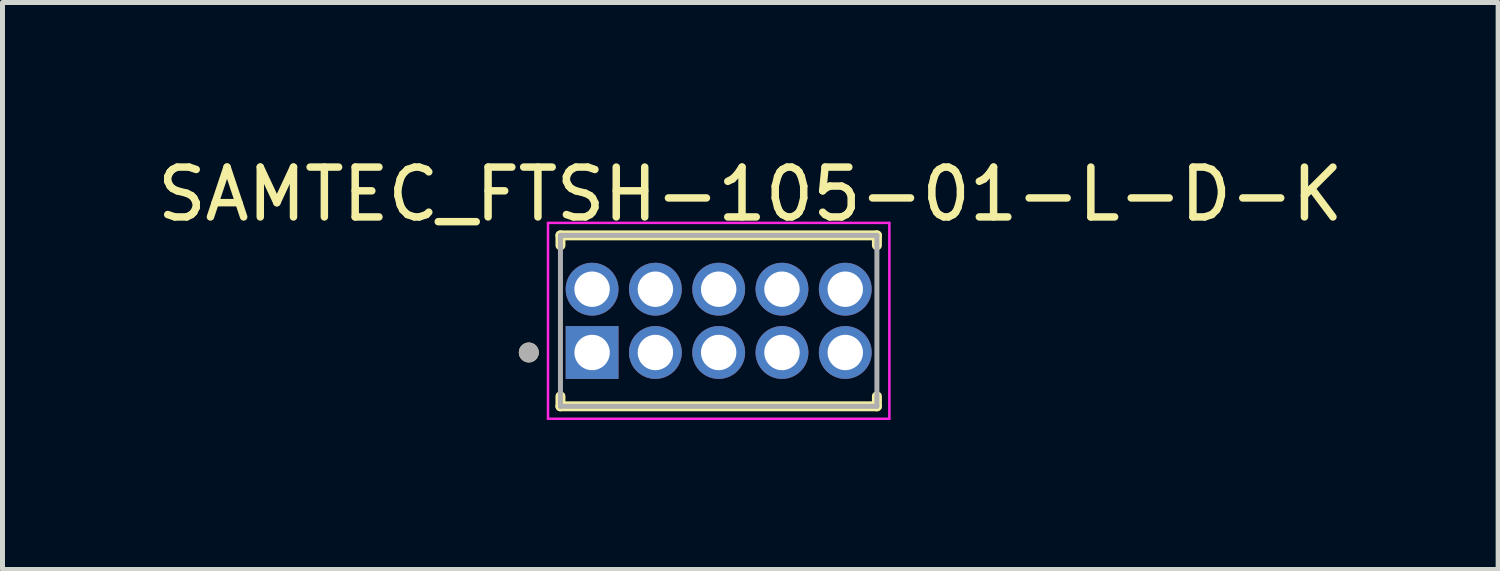
<source format=kicad_pcb>
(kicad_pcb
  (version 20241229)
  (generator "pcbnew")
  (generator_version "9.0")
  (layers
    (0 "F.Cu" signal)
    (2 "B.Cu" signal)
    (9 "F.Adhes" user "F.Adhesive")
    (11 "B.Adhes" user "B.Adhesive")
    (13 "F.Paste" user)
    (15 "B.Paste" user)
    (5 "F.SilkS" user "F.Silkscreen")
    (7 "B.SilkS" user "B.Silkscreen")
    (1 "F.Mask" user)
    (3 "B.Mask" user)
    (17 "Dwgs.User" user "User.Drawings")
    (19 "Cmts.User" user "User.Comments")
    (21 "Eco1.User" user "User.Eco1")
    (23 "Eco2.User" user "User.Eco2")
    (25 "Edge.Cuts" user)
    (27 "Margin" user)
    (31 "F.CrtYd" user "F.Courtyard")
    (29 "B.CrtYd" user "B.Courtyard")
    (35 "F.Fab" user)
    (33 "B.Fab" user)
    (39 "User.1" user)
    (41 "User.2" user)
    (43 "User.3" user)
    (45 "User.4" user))
  (footprint "SAMTEC_FTSH-105-01-L-D-K"
    (layer "F.Cu")
    (at 11.371 3.388)
    (property "Reference" "SAMTEC_FTSH-105-01-L-D-K" (at 0.635 -2.54 0) (layer "F.SilkS") (effects (font (size 1 1) (thickness 0.15))))
    (attr through_hole)
    (fp_line (start -3.175 -1.715) (end -3.175 -1.515) (stroke (width 0.2) (type solid)) (layer "F.SilkS"))
    (fp_line (start -3.175 -1.715) (end 3.175 -1.715) (stroke (width 0.2) (type solid)) (layer "F.SilkS"))
    (fp_line (start -3.175 1.715) (end -3.175 1.515) (stroke (width 0.2) (type solid)) (layer "F.SilkS"))
    (fp_line (start -3.175 1.715) (end 3.175 1.715) (stroke (width 0.2) (type solid)) (layer "F.SilkS"))
    (fp_line (start 3.175 -1.715) (end 3.175 -1.515) (stroke (width 0.2) (type solid)) (layer "F.SilkS"))
    (fp_line (start 3.175 1.715) (end 3.175 1.515) (stroke (width 0.2) (type solid)) (layer "F.SilkS"))
    (fp_circle (center -3.81 0.635) (end -3.71 0.635) (stroke (width 0.2) (type solid)) (fill no) (layer "F.SilkS"))
    (fp_line (start -3.425 -1.965) (end -3.425 1.965) (stroke (width 0.05) (type solid)) (layer "F.CrtYd"))
    (fp_line (start -3.425 -1.965) (end 3.425 -1.965) (stroke (width 0.05) (type solid)) (layer "F.CrtYd"))
    (fp_line (start 3.425 -1.965) (end 3.425 1.965) (stroke (width 0.05) (type solid)) (layer "F.CrtYd"))
    (fp_line (start 3.425 1.965) (end -3.425 1.965) (stroke (width 0.05) (type solid)) (layer "F.CrtYd"))
    (fp_line (start -3.175 -1.715) (end -3.175 1.715) (stroke (width 0.1) (type solid)) (layer "F.Fab"))
    (fp_line (start -3.175 -1.715) (end 3.175 -1.715) (stroke (width 0.1) (type solid)) (layer "F.Fab"))
    (fp_line (start -3.175 1.715) (end 3.175 1.715) (stroke (width 0.1) (type solid)) (layer "F.Fab"))
    (fp_line (start 3.175 -1.715) (end 3.175 1.715) (stroke (width 0.1) (type solid)) (layer "F.Fab"))
    (fp_circle (center -3.81 0.635) (end -3.71 0.635) (stroke (width 0.2) (type solid)) (fill no) (layer "F.Fab"))
    (pad "1" thru_hole rect (at -2.54 0.635) (size 1.06 1.06) (drill 0.71) (layers "*.Cu" "*.Mask"))
    (pad "2" thru_hole circle (at -2.54 -0.635) (size 1.06 1.06) (drill 0.71) (layers "*.Cu" "*.Mask"))
    (pad "3" thru_hole circle (at -1.27 0.635) (size 1.06 1.06) (drill 0.71) (layers "*.Cu" "*.Mask"))
    (pad "4" thru_hole circle (at -1.27 -0.635) (size 1.06 1.06) (drill 0.71) (layers "*.Cu" "*.Mask"))
    (pad "5" thru_hole circle (at 0 0.635) (size 1.06 1.06) (drill 0.71) (layers "*.Cu" "*.Mask"))
    (pad "6" thru_hole circle (at 0 -0.635) (size 1.06 1.06) (drill 0.71) (layers "*.Cu" "*.Mask"))
    (pad "7" thru_hole circle (at 1.27 0.635) (size 1.06 1.06) (drill 0.71) (layers "*.Cu" "*.Mask"))
    (pad "8" thru_hole circle (at 1.27 -0.635) (size 1.06 1.06) (drill 0.71) (layers "*.Cu" "*.Mask"))
    (pad "9" thru_hole circle (at 2.54 0.635) (size 1.06 1.06) (drill 0.71) (layers "*.Cu" "*.Mask"))
    (pad "10" thru_hole circle (at 2.54 -0.635) (size 1.06 1.06) (drill 0.71) (layers "*.Cu" "*.Mask")))
  (gr_rect
    (start -3 -3)
    (end 27.012 8.378)
    (stroke (width 0.1) (type default))
    (fill no)
    (layer "Edge.Cuts")))
</source>
